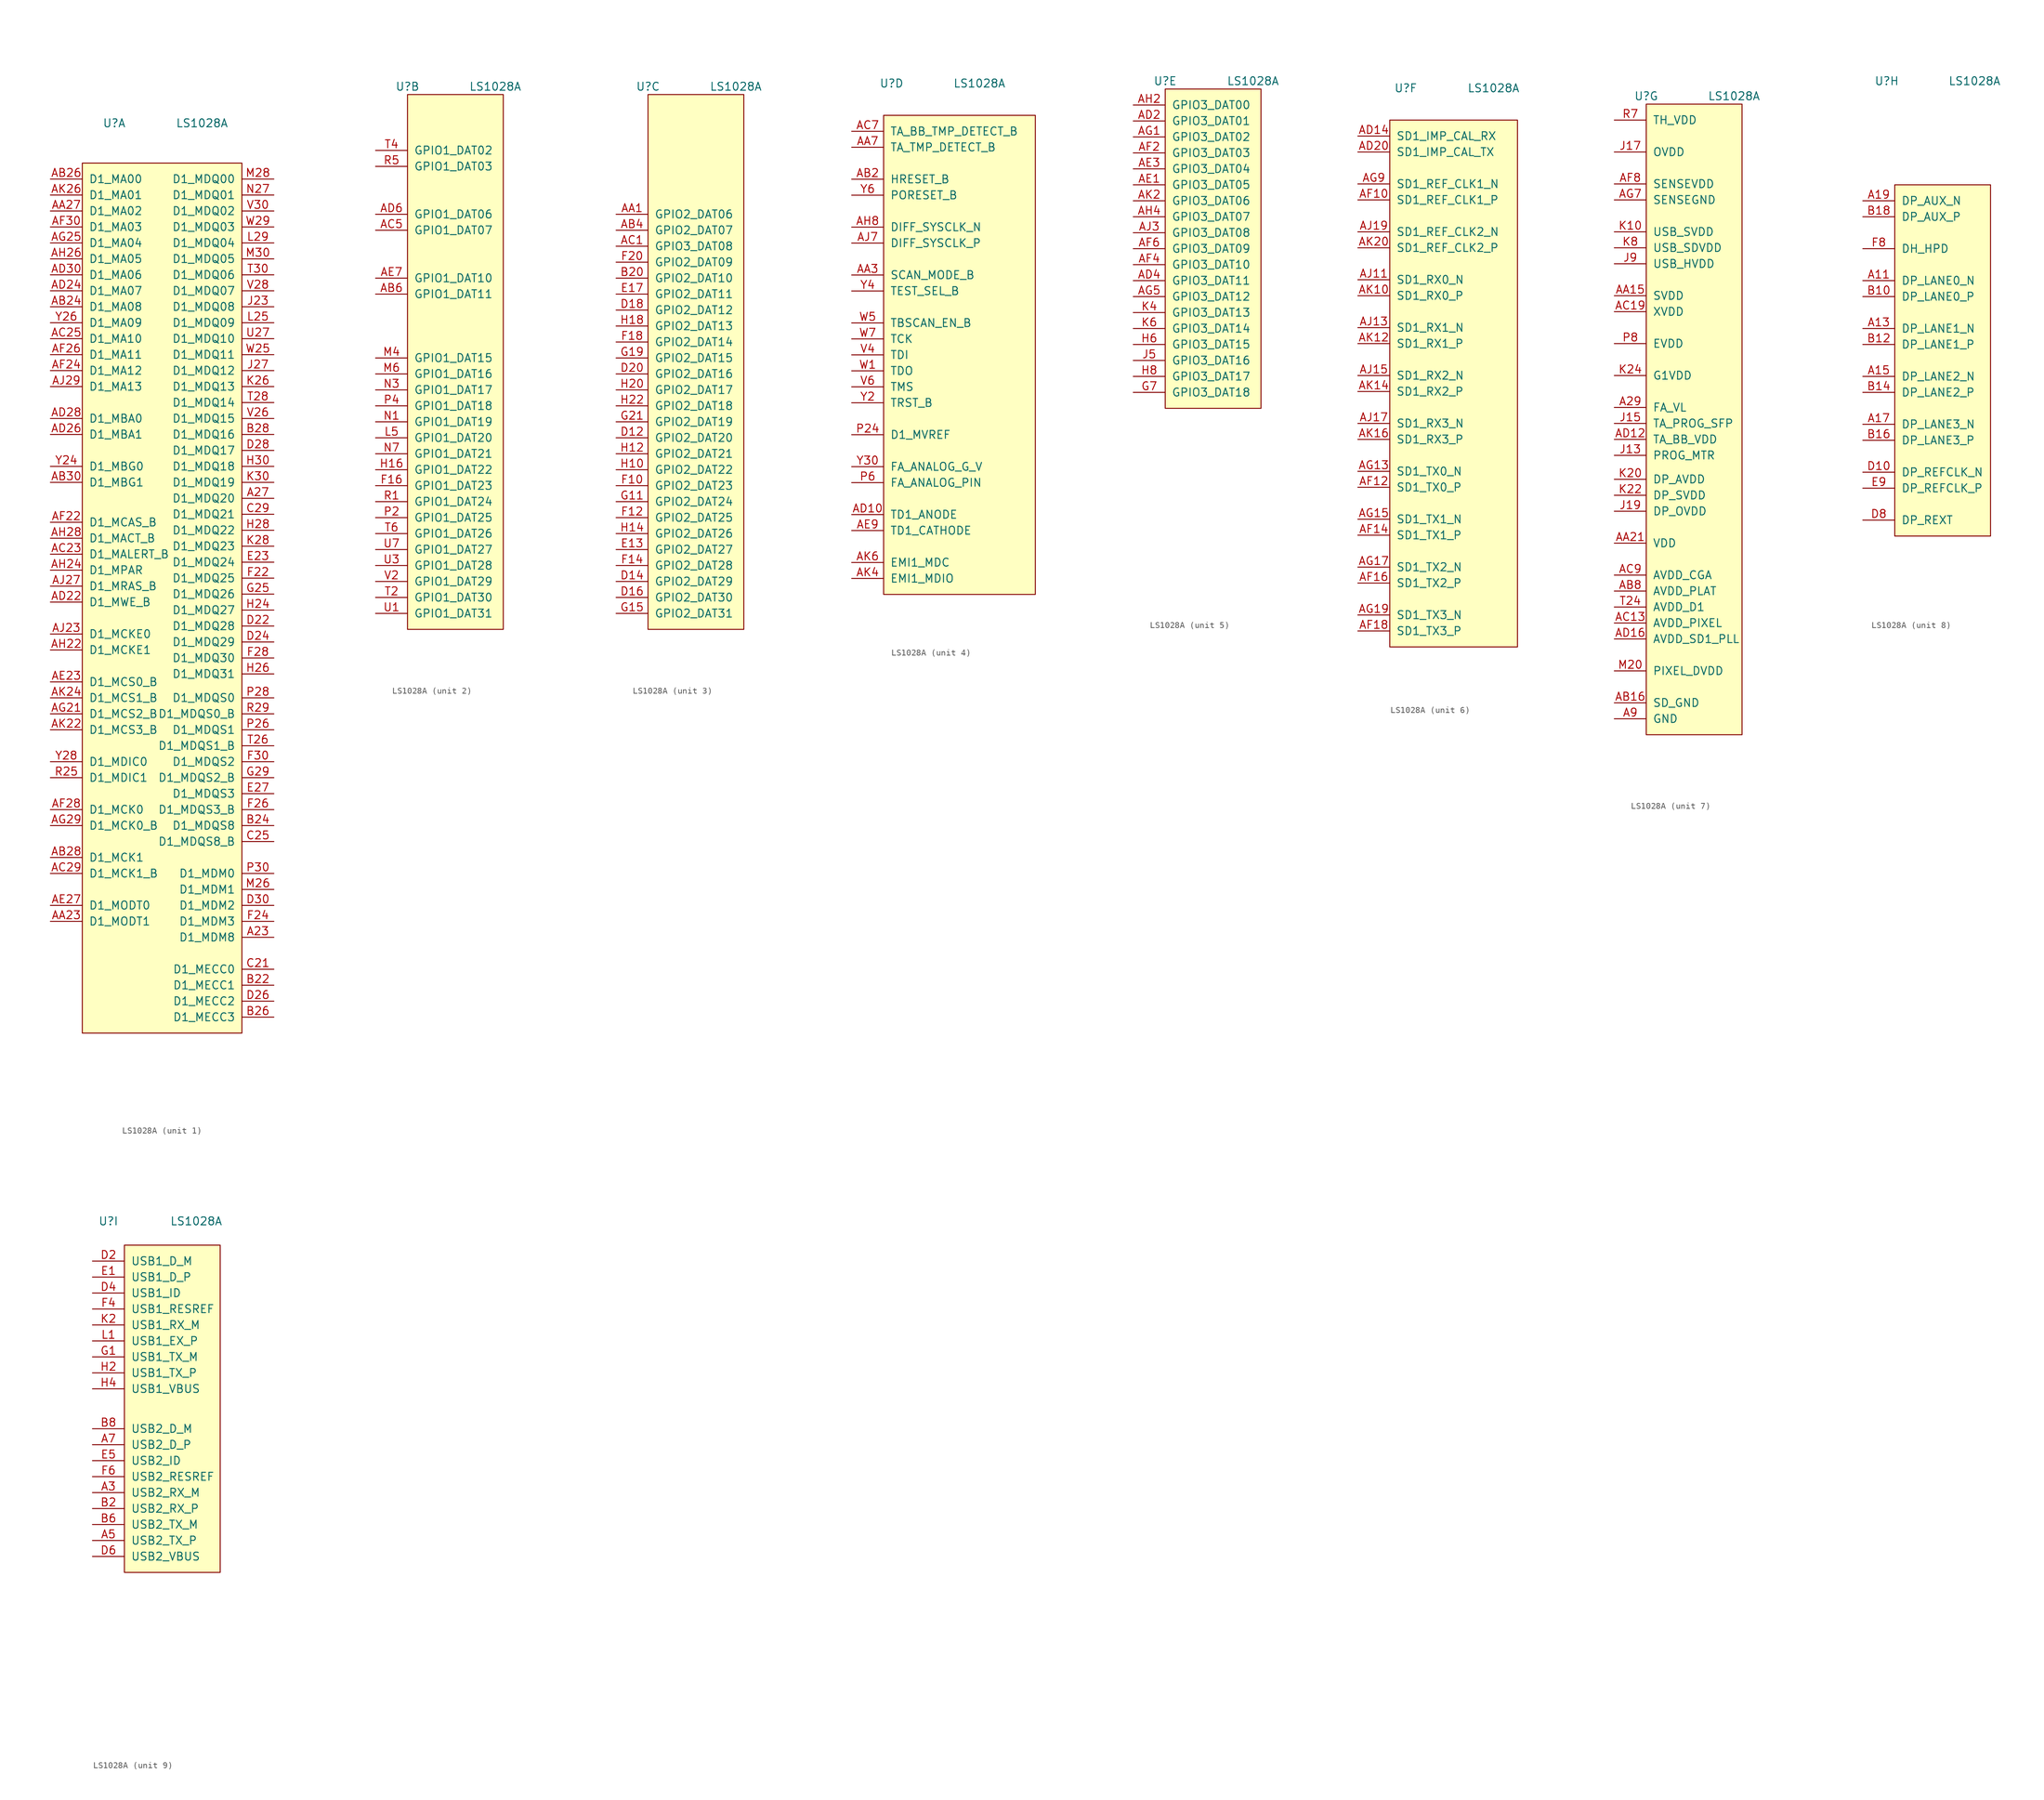
<source format=kicad_sym>
(kicad_symbol_lib
  (version 20220914)
  (generator kicad_symbol_editor)
  (symbol "LS1028A"
    (pin_names
      (offset 1.016))
    (property "Reference" "U"
      (at -7.62 44.45 0)
      (effects (font (size 1.27 1.27))))
    (property "Value" "LS1028A"
      (at 6.35 44.45 0)
      (effects (font (size 1.27 1.27))))
    (property "ki_locked" ""
      (at 0 0 0)
      (effects (font (size 1.27 1.27))))
    (symbol "LS1028A_0_0"
      (text "" (at -17.78 -33.02 0) (effects (font (size 1.27 1.27))))
      (text "" (at -6.35 -24.13 0) (effects (font (size 1.27 1.27)))))
    (symbol "LS1028A_1_0"
      (pin passive line (at -17.78 -12.7 0) (length 5.08) (name "D1_MBG1" (effects (font (size 1.27 1.27)))) (number "AB30" (effects (font (size 1.27 1.27)))))
      (pin passive line (at -17.78 -24.13 0) (length 5.08) (name "D1_MALERT_B" (effects (font (size 1.27 1.27)))) (number "AC23" (effects (font (size 1.27 1.27)))))
      (pin passive line (at -17.78 -21.59 0) (length 5.08) (name "D1_MACT_B" (effects (font (size 1.27 1.27)))) (number "AH28" (effects (font (size 1.27 1.27)))))
      (pin passive line (at -17.78 -10.16 0) (length 5.08) (name "D1_MBG0" (effects (font (size 1.27 1.27)))) (number "Y24" (effects (font (size 1.27 1.27))))))
    (symbol "LS1028A_1_1"
      (rectangle (start -12.7 38.1) (end 12.7 -100.33) (stroke (width 0) (type default)) (fill (type background)))
      (pin passive line (at 17.78 -85.09 180) (length 5.08) (name "D1_MDM8" (effects (font (size 1.27 1.27)))) (number "A23" (effects (font (size 1.27 1.27)))))
      (pin passive line (at 17.78 -15.24 180) (length 5.08) (name "D1_MDQ20" (effects (font (size 1.27 1.27)))) (number "A27" (effects (font (size 1.27 1.27)))))
      (pin passive line (at -17.78 -82.55 0) (length 5.08) (name "D1_MODT1" (effects (font (size 1.27 1.27)))) (number "AA23" (effects (font (size 1.27 1.27)))))
      (pin passive line (at -17.78 30.48 0) (length 5.08) (name "D1_MA02" (effects (font (size 1.27 1.27)))) (number "AA27" (effects (font (size 1.27 1.27)))))
      (pin passive line (at -17.78 15.24 0) (length 5.08) (name "D1_MA08" (effects (font (size 1.27 1.27)))) (number "AB24" (effects (font (size 1.27 1.27)))))
      (pin passive line (at -17.78 35.56 0) (length 5.08) (name "D1_MA00" (effects (font (size 1.27 1.27)))) (number "AB26" (effects (font (size 1.27 1.27)))))
      (pin passive line (at -17.78 -72.39 0) (length 5.08) (name "D1_MCK1" (effects (font (size 1.27 1.27)))) (number "AB28" (effects (font (size 1.27 1.27)))))
      (pin passive line (at -17.78 10.16 0) (length 5.08) (name "D1_MA10" (effects (font (size 1.27 1.27)))) (number "AC25" (effects (font (size 1.27 1.27)))))
      (pin passive line (at -17.78 -74.93 0) (length 5.08) (name "D1_MCK1_B" (effects (font (size 1.27 1.27)))) (number "AC29" (effects (font (size 1.27 1.27)))))
      (pin passive line (at -17.78 -31.75 0) (length 5.08) (name "D1_MWE_B" (effects (font (size 1.27 1.27)))) (number "AD22" (effects (font (size 1.27 1.27)))))
      (pin passive line (at -17.78 17.78 0) (length 5.08) (name "D1_MA07" (effects (font (size 1.27 1.27)))) (number "AD24" (effects (font (size 1.27 1.27)))))
      (pin passive line (at -17.78 -5.08 0) (length 5.08) (name "D1_MBA1" (effects (font (size 1.27 1.27)))) (number "AD26" (effects (font (size 1.27 1.27)))))
      (pin passive line (at -17.78 -2.54 0) (length 5.08) (name "D1_MBA0" (effects (font (size 1.27 1.27)))) (number "AD28" (effects (font (size 1.27 1.27)))))
      (pin passive line (at -17.78 20.32 0) (length 5.08) (name "D1_MA06" (effects (font (size 1.27 1.27)))) (number "AD30" (effects (font (size 1.27 1.27)))))
      (pin passive line (at -17.78 -44.45 0) (length 5.08) (name "D1_MCS0_B" (effects (font (size 1.27 1.27)))) (number "AE23" (effects (font (size 1.27 1.27)))))
      (pin passive line (at -17.78 -80.01 0) (length 5.08) (name "D1_MODT0" (effects (font (size 1.27 1.27)))) (number "AE27" (effects (font (size 1.27 1.27)))))
      (pin passive line (at -17.78 -19.05 0) (length 5.08) (name "D1_MCAS_B" (effects (font (size 1.27 1.27)))) (number "AF22" (effects (font (size 1.27 1.27)))))
      (pin passive line (at -17.78 5.08 0) (length 5.08) (name "D1_MA12" (effects (font (size 1.27 1.27)))) (number "AF24" (effects (font (size 1.27 1.27)))))
      (pin passive line (at -17.78 7.62 0) (length 5.08) (name "D1_MA11" (effects (font (size 1.27 1.27)))) (number "AF26" (effects (font (size 1.27 1.27)))))
      (pin passive line (at -17.78 -64.77 0) (length 5.08) (name "D1_MCK0" (effects (font (size 1.27 1.27)))) (number "AF28" (effects (font (size 1.27 1.27)))))
      (pin passive line (at -17.78 27.94 0) (length 5.08) (name "D1_MA03" (effects (font (size 1.27 1.27)))) (number "AF30" (effects (font (size 1.27 1.27)))))
      (pin passive line (at -17.78 -49.53 0) (length 5.08) (name "D1_MCS2_B" (effects (font (size 1.27 1.27)))) (number "AG21" (effects (font (size 1.27 1.27)))))
      (pin passive line (at -17.78 25.4 0) (length 5.08) (name "D1_MA04" (effects (font (size 1.27 1.27)))) (number "AG25" (effects (font (size 1.27 1.27)))))
      (pin passive line (at -17.78 -67.31 0) (length 5.08) (name "D1_MCK0_B" (effects (font (size 1.27 1.27)))) (number "AG29" (effects (font (size 1.27 1.27)))))
      (pin passive line (at -17.78 -39.37 0) (length 5.08) (name "D1_MCKE1" (effects (font (size 1.27 1.27)))) (number "AH22" (effects (font (size 1.27 1.27)))))
      (pin passive line (at -17.78 -26.67 0) (length 5.08) (name "D1_MPAR" (effects (font (size 1.27 1.27)))) (number "AH24" (effects (font (size 1.27 1.27)))))
      (pin passive line (at -17.78 22.86 0) (length 5.08) (name "D1_MA05" (effects (font (size 1.27 1.27)))) (number "AH26" (effects (font (size 1.27 1.27)))))
      (pin passive line (at -17.78 -36.83 0) (length 5.08) (name "D1_MCKE0" (effects (font (size 1.27 1.27)))) (number "AJ23" (effects (font (size 1.27 1.27)))))
      (pin passive line (at -17.78 -29.21 0) (length 5.08) (name "D1_MRAS_B" (effects (font (size 1.27 1.27)))) (number "AJ27" (effects (font (size 1.27 1.27)))))
      (pin passive line (at -17.78 2.54 0) (length 5.08) (name "D1_MA13" (effects (font (size 1.27 1.27)))) (number "AJ29" (effects (font (size 1.27 1.27)))))
      (pin passive line (at -17.78 -52.07 0) (length 5.08) (name "D1_MCS3_B" (effects (font (size 1.27 1.27)))) (number "AK22" (effects (font (size 1.27 1.27)))))
      (pin passive line (at -17.78 -46.99 0) (length 5.08) (name "D1_MCS1_B" (effects (font (size 1.27 1.27)))) (number "AK24" (effects (font (size 1.27 1.27)))))
      (pin passive line (at -17.78 33.02 0) (length 5.08) (name "D1_MA01" (effects (font (size 1.27 1.27)))) (number "AK26" (effects (font (size 1.27 1.27)))))
      (pin passive line (at 17.78 -92.71 180) (length 5.08) (name "D1_MECC1" (effects (font (size 1.27 1.27)))) (number "B22" (effects (font (size 1.27 1.27)))))
      (pin passive line (at 17.78 -67.31 180) (length 5.08) (name "D1_MDQS8" (effects (font (size 1.27 1.27)))) (number "B24" (effects (font (size 1.27 1.27)))))
      (pin passive line (at 17.78 -97.79 180) (length 5.08) (name "D1_MECC3" (effects (font (size 1.27 1.27)))) (number "B26" (effects (font (size 1.27 1.27)))))
      (pin passive line (at 17.78 -5.08 180) (length 5.08) (name "D1_MDQ16" (effects (font (size 1.27 1.27)))) (number "B28" (effects (font (size 1.27 1.27)))))
      (pin passive line (at 17.78 -90.17 180) (length 5.08) (name "D1_MECC0" (effects (font (size 1.27 1.27)))) (number "C21" (effects (font (size 1.27 1.27)))))
      (pin passive line (at 17.78 -69.85 180) (length 5.08) (name "D1_MDQS8_B" (effects (font (size 1.27 1.27)))) (number "C25" (effects (font (size 1.27 1.27)))))
      (pin passive line (at 17.78 -17.78 180) (length 5.08) (name "D1_MDQ21" (effects (font (size 1.27 1.27)))) (number "C29" (effects (font (size 1.27 1.27)))))
      (pin passive line (at 17.78 -35.56 180) (length 5.08) (name "D1_MDQ28" (effects (font (size 1.27 1.27)))) (number "D22" (effects (font (size 1.27 1.27)))))
      (pin passive line (at 17.78 -38.1 180) (length 5.08) (name "D1_MDQ29" (effects (font (size 1.27 1.27)))) (number "D24" (effects (font (size 1.27 1.27)))))
      (pin passive line (at 17.78 -95.25 180) (length 5.08) (name "D1_MECC2" (effects (font (size 1.27 1.27)))) (number "D26" (effects (font (size 1.27 1.27)))))
      (pin passive line (at 17.78 -7.62 180) (length 5.08) (name "D1_MDQ17" (effects (font (size 1.27 1.27)))) (number "D28" (effects (font (size 1.27 1.27)))))
      (pin passive line (at 17.78 -80.01 180) (length 5.08) (name "D1_MDM2" (effects (font (size 1.27 1.27)))) (number "D30" (effects (font (size 1.27 1.27)))))
      (pin passive line (at 17.78 -25.4 180) (length 5.08) (name "D1_MDQ24" (effects (font (size 1.27 1.27)))) (number "E23" (effects (font (size 1.27 1.27)))))
      (pin passive line (at 17.78 -62.23 180) (length 5.08) (name "D1_MDQS3" (effects (font (size 1.27 1.27)))) (number "E27" (effects (font (size 1.27 1.27)))))
      (pin passive line (at 17.78 -27.94 180) (length 5.08) (name "D1_MDQ25" (effects (font (size 1.27 1.27)))) (number "F22" (effects (font (size 1.27 1.27)))))
      (pin passive line (at 17.78 -82.55 180) (length 5.08) (name "D1_MDM3" (effects (font (size 1.27 1.27)))) (number "F24" (effects (font (size 1.27 1.27)))))
      (pin passive line (at 17.78 -64.77 180) (length 5.08) (name "D1_MDQS3_B" (effects (font (size 1.27 1.27)))) (number "F26" (effects (font (size 1.27 1.27)))))
      (pin passive line (at 17.78 -40.64 180) (length 5.08) (name "D1_MDQ30" (effects (font (size 1.27 1.27)))) (number "F28" (effects (font (size 1.27 1.27)))))
      (pin passive line (at 17.78 -57.15 180) (length 5.08) (name "D1_MDQS2" (effects (font (size 1.27 1.27)))) (number "F30" (effects (font (size 1.27 1.27)))))
      (pin passive line (at 17.78 -30.48 180) (length 5.08) (name "D1_MDQ26" (effects (font (size 1.27 1.27)))) (number "G25" (effects (font (size 1.27 1.27)))))
      (pin passive line (at 17.78 -59.69 180) (length 5.08) (name "D1_MDQS2_B" (effects (font (size 1.27 1.27)))) (number "G29" (effects (font (size 1.27 1.27)))))
      (pin passive line (at 17.78 -33.02 180) (length 5.08) (name "D1_MDQ27" (effects (font (size 1.27 1.27)))) (number "H24" (effects (font (size 1.27 1.27)))))
      (pin passive line (at 17.78 -43.18 180) (length 5.08) (name "D1_MDQ31" (effects (font (size 1.27 1.27)))) (number "H26" (effects (font (size 1.27 1.27)))))
      (pin passive line (at 17.78 -20.32 180) (length 5.08) (name "D1_MDQ22" (effects (font (size 1.27 1.27)))) (number "H28" (effects (font (size 1.27 1.27)))))
      (pin passive line (at 17.78 -10.16 180) (length 5.08) (name "D1_MDQ18" (effects (font (size 1.27 1.27)))) (number "H30" (effects (font (size 1.27 1.27)))))
      (pin passive line (at 17.78 15.24 180) (length 5.08) (name "D1_MDQ08" (effects (font (size 1.27 1.27)))) (number "J23" (effects (font (size 1.27 1.27)))))
      (pin passive line (at 17.78 5.08 180) (length 5.08) (name "D1_MDQ12" (effects (font (size 1.27 1.27)))) (number "J27" (effects (font (size 1.27 1.27)))))
      (pin passive line (at 17.78 2.54 180) (length 5.08) (name "D1_MDQ13" (effects (font (size 1.27 1.27)))) (number "K26" (effects (font (size 1.27 1.27)))))
      (pin passive line (at 17.78 -22.86 180) (length 5.08) (name "D1_MDQ23" (effects (font (size 1.27 1.27)))) (number "K28" (effects (font (size 1.27 1.27)))))
      (pin passive line (at 17.78 -12.7 180) (length 5.08) (name "D1_MDQ19" (effects (font (size 1.27 1.27)))) (number "K30" (effects (font (size 1.27 1.27)))))
      (pin passive line (at 17.78 12.7 180) (length 5.08) (name "D1_MDQ09" (effects (font (size 1.27 1.27)))) (number "L25" (effects (font (size 1.27 1.27)))))
      (pin passive line (at 17.78 25.4 180) (length 5.08) (name "D1_MDQ04" (effects (font (size 1.27 1.27)))) (number "L29" (effects (font (size 1.27 1.27)))))
      (pin passive line (at 17.78 -77.47 180) (length 5.08) (name "D1_MDM1" (effects (font (size 1.27 1.27)))) (number "M26" (effects (font (size 1.27 1.27)))))
      (pin passive line (at 17.78 35.56 180) (length 5.08) (name "D1_MDQ00" (effects (font (size 1.27 1.27)))) (number "M28" (effects (font (size 1.27 1.27)))))
      (pin passive line (at 17.78 22.86 180) (length 5.08) (name "D1_MDQ05" (effects (font (size 1.27 1.27)))) (number "M30" (effects (font (size 1.27 1.27)))))
      (pin passive line (at 17.78 33.02 180) (length 5.08) (name "D1_MDQ01" (effects (font (size 1.27 1.27)))) (number "N27" (effects (font (size 1.27 1.27)))))
      (pin passive line (at 17.78 -52.07 180) (length 5.08) (name "D1_MDQS1" (effects (font (size 1.27 1.27)))) (number "P26" (effects (font (size 1.27 1.27)))))
      (pin passive line (at 17.78 -46.99 180) (length 5.08) (name "D1_MDQS0" (effects (font (size 1.27 1.27)))) (number "P28" (effects (font (size 1.27 1.27)))))
      (pin passive line (at 17.78 -74.93 180) (length 5.08) (name "D1_MDM0" (effects (font (size 1.27 1.27)))) (number "P30" (effects (font (size 1.27 1.27)))))
      (pin passive line (at -17.78 -59.69 0) (length 5.08) (name "D1_MDIC1" (effects (font (size 1.27 1.27)))) (number "R25" (effects (font (size 1.27 1.27)))))
      (pin passive line (at 17.78 -49.53 180) (length 5.08) (name "D1_MDQS0_B" (effects (font (size 1.27 1.27)))) (number "R29" (effects (font (size 1.27 1.27)))))
      (pin passive line (at 17.78 -54.61 180) (length 5.08) (name "D1_MDQS1_B" (effects (font (size 1.27 1.27)))) (number "T26" (effects (font (size 1.27 1.27)))))
      (pin passive line (at 17.78 0 180) (length 5.08) (name "D1_MDQ14" (effects (font (size 1.27 1.27)))) (number "T28" (effects (font (size 1.27 1.27)))))
      (pin passive line (at 17.78 20.32 180) (length 5.08) (name "D1_MDQ06" (effects (font (size 1.27 1.27)))) (number "T30" (effects (font (size 1.27 1.27)))))
      (pin passive line (at 17.78 10.16 180) (length 5.08) (name "D1_MDQ10" (effects (font (size 1.27 1.27)))) (number "U27" (effects (font (size 1.27 1.27)))))
      (pin passive line (at 17.78 -2.54 180) (length 5.08) (name "D1_MDQ15" (effects (font (size 1.27 1.27)))) (number "V26" (effects (font (size 1.27 1.27)))))
      (pin passive line (at 17.78 17.78 180) (length 5.08) (name "D1_MDQ07" (effects (font (size 1.27 1.27)))) (number "V28" (effects (font (size 1.27 1.27)))))
      (pin passive line (at 17.78 30.48 180) (length 5.08) (name "D1_MDQ02" (effects (font (size 1.27 1.27)))) (number "V30" (effects (font (size 1.27 1.27)))))
      (pin passive line (at 17.78 7.62 180) (length 5.08) (name "D1_MDQ11" (effects (font (size 1.27 1.27)))) (number "W25" (effects (font (size 1.27 1.27)))))
      (pin passive line (at 17.78 27.94 180) (length 5.08) (name "D1_MDQ03" (effects (font (size 1.27 1.27)))) (number "W29" (effects (font (size 1.27 1.27)))))
      (pin passive line (at -17.78 12.7 0) (length 5.08) (name "D1_MA09" (effects (font (size 1.27 1.27)))) (number "Y26" (effects (font (size 1.27 1.27)))))
      (pin passive line (at -17.78 -57.15 0) (length 5.08) (name "D1_MDIC0" (effects (font (size 1.27 1.27)))) (number "Y28" (effects (font (size 1.27 1.27))))))
    (symbol "LS1028A_2_1"
      (rectangle (start -7.62 43.18) (end 7.62 -41.91) (stroke (width 0.152) (type default)) (fill (type background)))
      (pin passive line (at -12.7 11.43 0) (length 5.08) (name "GPIO1_DAT11" (effects (font (size 1.27 1.27)))) (number "AB6" (effects (font (size 1.27 1.27)))))
      (pin passive line (at -12.7 21.59 0) (length 5.08) (name "GPIO1_DAT07" (effects (font (size 1.27 1.27)))) (number "AC5" (effects (font (size 1.27 1.27)))))
      (pin passive line (at -12.7 24.13 0) (length 5.08) (name "GPIO1_DAT06" (effects (font (size 1.27 1.27)))) (number "AD6" (effects (font (size 1.27 1.27)))))
      (pin passive line (at -12.7 13.97 0) (length 5.08) (name "GPIO1_DAT10" (effects (font (size 1.27 1.27)))) (number "AE7" (effects (font (size 1.27 1.27)))))
      (pin passive line (at -12.7 -19.05 0) (length 5.08) (name "GPIO1_DAT23" (effects (font (size 1.27 1.27)))) (number "F16" (effects (font (size 1.27 1.27)))))
      (pin passive line (at -12.7 -16.51 0) (length 5.08) (name "GPIO1_DAT22" (effects (font (size 1.27 1.27)))) (number "H16" (effects (font (size 1.27 1.27)))))
      (pin passive line (at -12.7 -11.43 0) (length 5.08) (name "GPIO1_DAT20" (effects (font (size 1.27 1.27)))) (number "L5" (effects (font (size 1.27 1.27)))))
      (pin passive line (at -12.7 1.27 0) (length 5.08) (name "GPIO1_DAT15" (effects (font (size 1.27 1.27)))) (number "M4" (effects (font (size 1.27 1.27)))))
      (pin passive line (at -12.7 -1.27 0) (length 5.08) (name "GPIO1_DAT16" (effects (font (size 1.27 1.27)))) (number "M6" (effects (font (size 1.27 1.27)))))
      (pin passive line (at -12.7 -8.89 0) (length 5.08) (name "GPIO1_DAT19" (effects (font (size 1.27 1.27)))) (number "N1" (effects (font (size 1.27 1.27)))))
      (pin passive line (at -12.7 -3.81 0) (length 5.08) (name "GPIO1_DAT17" (effects (font (size 1.27 1.27)))) (number "N3" (effects (font (size 1.27 1.27)))))
      (pin passive line (at -12.7 -13.97 0) (length 5.08) (name "GPIO1_DAT21" (effects (font (size 1.27 1.27)))) (number "N7" (effects (font (size 1.27 1.27)))))
      (pin passive line (at -12.7 -24.13 0) (length 5.08) (name "GPIO1_DAT25" (effects (font (size 1.27 1.27)))) (number "P2" (effects (font (size 1.27 1.27)))))
      (pin passive line (at -12.7 -6.35 0) (length 5.08) (name "GPIO1_DAT18" (effects (font (size 1.27 1.27)))) (number "P4" (effects (font (size 1.27 1.27)))))
      (pin passive line (at -12.7 -21.59 0) (length 5.08) (name "GPIO1_DAT24" (effects (font (size 1.27 1.27)))) (number "R1" (effects (font (size 1.27 1.27)))))
      (pin passive line (at -12.7 31.75 0) (length 5.08) (name "GPIO1_DAT03" (effects (font (size 1.27 1.27)))) (number "R5" (effects (font (size 1.27 1.27)))))
      (pin passive line (at -12.7 -36.83 0) (length 5.08) (name "GPIO1_DAT30" (effects (font (size 1.27 1.27)))) (number "T2" (effects (font (size 1.27 1.27)))))
      (pin passive line (at -12.7 34.29 0) (length 5.08) (name "GPIO1_DAT02" (effects (font (size 1.27 1.27)))) (number "T4" (effects (font (size 1.27 1.27)))))
      (pin passive line (at -12.7 -26.67 0) (length 5.08) (name "GPIO1_DAT26" (effects (font (size 1.27 1.27)))) (number "T6" (effects (font (size 1.27 1.27)))))
      (pin passive line (at -12.7 -39.37 0) (length 5.08) (name "GPIO1_DAT31" (effects (font (size 1.27 1.27)))) (number "U1" (effects (font (size 1.27 1.27)))))
      (pin passive line (at -12.7 -31.75 0) (length 5.08) (name "GPIO1_DAT28" (effects (font (size 1.27 1.27)))) (number "U3" (effects (font (size 1.27 1.27)))))
      (pin passive line (at -12.7 -29.21 0) (length 5.08) (name "GPIO1_DAT27" (effects (font (size 1.27 1.27)))) (number "U7" (effects (font (size 1.27 1.27)))))
      (pin passive line (at -12.7 -34.29 0) (length 5.08) (name "GPIO1_DAT29" (effects (font (size 1.27 1.27)))) (number "V2" (effects (font (size 1.27 1.27))))))
    (symbol "LS1028A_3_1"
      (rectangle (start -7.62 43.18) (end 7.62 -41.91) (stroke (width 0.152) (type default)) (fill (type background)))
      (pin passive line (at -12.7 24.13 0) (length 5.08) (name "GPIO2_DAT06" (effects (font (size 1.27 1.27)))) (number "AA1" (effects (font (size 1.27 1.27)))))
      (pin passive line (at -12.7 21.59 0) (length 5.08) (name "GPIO2_DAT07" (effects (font (size 1.27 1.27)))) (number "AB4" (effects (font (size 1.27 1.27)))))
      (pin passive line (at -12.7 19.05 0) (length 5.08) (name "GPIO3_DAT08" (effects (font (size 1.27 1.27)))) (number "AC1" (effects (font (size 1.27 1.27)))))
      (pin passive line (at -12.7 13.97 0) (length 5.08) (name "GPIO2_DAT10" (effects (font (size 1.27 1.27)))) (number "B20" (effects (font (size 1.27 1.27)))))
      (pin passive line (at -12.7 -11.43 0) (length 5.08) (name "GPIO2_DAT20" (effects (font (size 1.27 1.27)))) (number "D12" (effects (font (size 1.27 1.27)))))
      (pin passive line (at -12.7 -34.29 0) (length 5.08) (name "GPIO2_DAT29" (effects (font (size 1.27 1.27)))) (number "D14" (effects (font (size 1.27 1.27)))))
      (pin passive line (at -12.7 -36.83 0) (length 5.08) (name "GPIO2_DAT30" (effects (font (size 1.27 1.27)))) (number "D16" (effects (font (size 1.27 1.27)))))
      (pin passive line (at -12.7 8.89 0) (length 5.08) (name "GPIO2_DAT12" (effects (font (size 1.27 1.27)))) (number "D18" (effects (font (size 1.27 1.27)))))
      (pin passive line (at -12.7 -1.27 0) (length 5.08) (name "GPIO2_DAT16" (effects (font (size 1.27 1.27)))) (number "D20" (effects (font (size 1.27 1.27)))))
      (pin passive line (at -12.7 -29.21 0) (length 5.08) (name "GPIO2_DAT27" (effects (font (size 1.27 1.27)))) (number "E13" (effects (font (size 1.27 1.27)))))
      (pin passive line (at -12.7 11.43 0) (length 5.08) (name "GPIO2_DAT11" (effects (font (size 1.27 1.27)))) (number "E17" (effects (font (size 1.27 1.27)))))
      (pin passive line (at -12.7 -19.05 0) (length 5.08) (name "GPIO2_DAT23" (effects (font (size 1.27 1.27)))) (number "F10" (effects (font (size 1.27 1.27)))))
      (pin passive line (at -12.7 -24.13 0) (length 5.08) (name "GPIO2_DAT25" (effects (font (size 1.27 1.27)))) (number "F12" (effects (font (size 1.27 1.27)))))
      (pin passive line (at -12.7 -31.75 0) (length 5.08) (name "GPIO2_DAT28" (effects (font (size 1.27 1.27)))) (number "F14" (effects (font (size 1.27 1.27)))))
      (pin passive line (at -12.7 3.81 0) (length 5.08) (name "GPIO2_DAT14" (effects (font (size 1.27 1.27)))) (number "F18" (effects (font (size 1.27 1.27)))))
      (pin passive line (at -12.7 16.51 0) (length 5.08) (name "GPIO2_DAT09" (effects (font (size 1.27 1.27)))) (number "F20" (effects (font (size 1.27 1.27)))))
      (pin passive line (at -12.7 -21.59 0) (length 5.08) (name "GPIO2_DAT24" (effects (font (size 1.27 1.27)))) (number "G11" (effects (font (size 1.27 1.27)))))
      (pin passive line (at -12.7 -39.37 0) (length 5.08) (name "GPIO2_DAT31" (effects (font (size 1.27 1.27)))) (number "G15" (effects (font (size 1.27 1.27)))))
      (pin passive line (at -12.7 1.27 0) (length 5.08) (name "GPIO2_DAT15" (effects (font (size 1.27 1.27)))) (number "G19" (effects (font (size 1.27 1.27)))))
      (pin passive line (at -12.7 -8.89 0) (length 5.08) (name "GPIO2_DAT19" (effects (font (size 1.27 1.27)))) (number "G21" (effects (font (size 1.27 1.27)))))
      (pin passive line (at -12.7 -16.51 0) (length 5.08) (name "GPIO2_DAT22" (effects (font (size 1.27 1.27)))) (number "H10" (effects (font (size 1.27 1.27)))))
      (pin passive line (at -12.7 -13.97 0) (length 5.08) (name "GPIO2_DAT21" (effects (font (size 1.27 1.27)))) (number "H12" (effects (font (size 1.27 1.27)))))
      (pin passive line (at -12.7 -26.67 0) (length 5.08) (name "GPIO2_DAT26" (effects (font (size 1.27 1.27)))) (number "H14" (effects (font (size 1.27 1.27)))))
      (pin passive line (at -12.7 6.35 0) (length 5.08) (name "GPIO2_DAT13" (effects (font (size 1.27 1.27)))) (number "H18" (effects (font (size 1.27 1.27)))))
      (pin passive line (at -12.7 -3.81 0) (length 5.08) (name "GPIO2_DAT17" (effects (font (size 1.27 1.27)))) (number "H20" (effects (font (size 1.27 1.27)))))
      (pin passive line (at -12.7 -6.35 0) (length 5.08) (name "GPIO2_DAT18" (effects (font (size 1.27 1.27)))) (number "H22" (effects (font (size 1.27 1.27))))))
    (symbol "LS1028A_4_1"
      (rectangle (start -8.89 39.37) (end 15.24 -36.83) (stroke (width 0.152) (type default)) (fill (type background)))
      (pin passive line (at -13.97 13.97 0) (length 5.08) (name "SCAN_MODE_B" (effects (font (size 1.27 1.27)))) (number "AA3" (effects (font (size 1.27 1.27)))))
      (pin passive line (at -13.97 34.29 0) (length 5.08) (name "TA_TMP_DETECT_B" (effects (font (size 1.27 1.27)))) (number "AA7" (effects (font (size 1.27 1.27)))))
      (pin passive line (at -13.97 29.21 0) (length 5.08) (name "HRESET_B" (effects (font (size 1.27 1.27)))) (number "AB2" (effects (font (size 1.27 1.27)))))
      (pin passive line (at -13.97 36.83 0) (length 5.08) (name "TA_BB_TMP_DETECT_B" (effects (font (size 1.27 1.27)))) (number "AC7" (effects (font (size 1.27 1.27)))))
      (pin passive line (at -13.97 -24.13 0) (length 5.08) (name "TD1_ANODE" (effects (font (size 1.27 1.27)))) (number "AD10" (effects (font (size 1.27 1.27)))))
      (pin passive line (at -13.97 -26.67 0) (length 5.08) (name "TD1_CATHODE" (effects (font (size 1.27 1.27)))) (number "AE9" (effects (font (size 1.27 1.27)))))
      (pin passive line (at -13.97 21.59 0) (length 5.08) (name "DIFF_SYSCLK_N" (effects (font (size 1.27 1.27)))) (number "AH8" (effects (font (size 1.27 1.27)))))
      (pin passive line (at -13.97 19.05 0) (length 5.08) (name "DIFF_SYSCLK_P" (effects (font (size 1.27 1.27)))) (number "AJ7" (effects (font (size 1.27 1.27)))))
      (pin passive line (at -13.97 -34.29 0) (length 5.08) (name "EMI1_MDIO" (effects (font (size 1.27 1.27)))) (number "AK4" (effects (font (size 1.27 1.27)))))
      (pin passive line (at -13.97 -31.75 0) (length 5.08) (name "EMI1_MDC" (effects (font (size 1.27 1.27)))) (number "AK6" (effects (font (size 1.27 1.27)))))
      (pin passive line (at -13.97 -11.43 0) (length 5.08) (name "D1_MVREF" (effects (font (size 1.27 1.27)))) (number "P24" (effects (font (size 1.27 1.27)))))
      (pin passive line (at -13.97 -19.05 0) (length 5.08) (name "FA_ANALOG_PIN" (effects (font (size 1.27 1.27)))) (number "P6" (effects (font (size 1.27 1.27)))))
      (pin passive line (at -13.97 1.27 0) (length 5.08) (name "TDI" (effects (font (size 1.27 1.27)))) (number "V4" (effects (font (size 1.27 1.27)))))
      (pin passive line (at -13.97 -3.81 0) (length 5.08) (name "TMS" (effects (font (size 1.27 1.27)))) (number "V6" (effects (font (size 1.27 1.27)))))
      (pin passive line (at -13.97 -1.27 0) (length 5.08) (name "TDO" (effects (font (size 1.27 1.27)))) (number "W1" (effects (font (size 1.27 1.27)))))
      (pin passive line (at -13.97 6.35 0) (length 5.08) (name "TBSCAN_EN_B" (effects (font (size 1.27 1.27)))) (number "W5" (effects (font (size 1.27 1.27)))))
      (pin passive line (at -13.97 3.81 0) (length 5.08) (name "TCK" (effects (font (size 1.27 1.27)))) (number "W7" (effects (font (size 1.27 1.27)))))
      (pin passive line (at -13.97 -6.35 0) (length 5.08) (name "TRST_B" (effects (font (size 1.27 1.27)))) (number "Y2" (effects (font (size 1.27 1.27)))))
      (pin passive line (at -13.97 -16.51 0) (length 5.08) (name "FA_ANALOG_G_V" (effects (font (size 1.27 1.27)))) (number "Y30" (effects (font (size 1.27 1.27)))))
      (pin passive line (at -13.97 11.43 0) (length 5.08) (name "TEST_SEL_B" (effects (font (size 1.27 1.27)))) (number "Y4" (effects (font (size 1.27 1.27)))))
      (pin passive line (at -13.97 26.67 0) (length 5.08) (name "PORESET_B" (effects (font (size 1.27 1.27)))) (number "Y6" (effects (font (size 1.27 1.27))))))
    (symbol "LS1028A_5_1"
      (rectangle (start -7.62 43.18) (end 7.62 -7.62) (stroke (width 0.152) (type default)) (fill (type background)))
      (pin passive line (at -12.7 38.1 0) (length 5.08) (name "GPIO3_DAT01" (effects (font (size 1.27 1.27)))) (number "AD2" (effects (font (size 1.27 1.27)))))
      (pin passive line (at -12.7 12.7 0) (length 5.08) (name "GPIO3_DAT11" (effects (font (size 1.27 1.27)))) (number "AD4" (effects (font (size 1.27 1.27)))))
      (pin passive line (at -12.7 27.94 0) (length 5.08) (name "GPIO3_DAT05" (effects (font (size 1.27 1.27)))) (number "AE1" (effects (font (size 1.27 1.27)))))
      (pin passive line (at -12.7 30.48 0) (length 5.08) (name "GPIO3_DAT04" (effects (font (size 1.27 1.27)))) (number "AE3" (effects (font (size 1.27 1.27)))))
      (pin passive line (at -12.7 33.02 0) (length 5.08) (name "GPIO3_DAT03" (effects (font (size 1.27 1.27)))) (number "AF2" (effects (font (size 1.27 1.27)))))
      (pin passive line (at -12.7 15.24 0) (length 5.08) (name "GPIO3_DAT10" (effects (font (size 1.27 1.27)))) (number "AF4" (effects (font (size 1.27 1.27)))))
      (pin passive line (at -12.7 17.78 0) (length 5.08) (name "GPIO3_DAT09" (effects (font (size 1.27 1.27)))) (number "AF6" (effects (font (size 1.27 1.27)))))
      (pin passive line (at -12.7 35.56 0) (length 5.08) (name "GPIO3_DAT02" (effects (font (size 1.27 1.27)))) (number "AG1" (effects (font (size 1.27 1.27)))))
      (pin passive line (at -12.7 10.16 0) (length 5.08) (name "GPIO3_DAT12" (effects (font (size 1.27 1.27)))) (number "AG5" (effects (font (size 1.27 1.27)))))
      (pin passive line (at -12.7 40.64 0) (length 5.08) (name "GPIO3_DAT00" (effects (font (size 1.27 1.27)))) (number "AH2" (effects (font (size 1.27 1.27)))))
      (pin passive line (at -12.7 22.86 0) (length 5.08) (name "GPIO3_DAT07" (effects (font (size 1.27 1.27)))) (number "AH4" (effects (font (size 1.27 1.27)))))
      (pin passive line (at -12.7 20.32 0) (length 5.08) (name "GPIO3_DAT08" (effects (font (size 1.27 1.27)))) (number "AJ3" (effects (font (size 1.27 1.27)))))
      (pin passive line (at -12.7 25.4 0) (length 5.08) (name "GPIO3_DAT06" (effects (font (size 1.27 1.27)))) (number "AK2" (effects (font (size 1.27 1.27)))))
      (pin passive line (at -12.7 -5.08 0) (length 5.08) (name "GPIO3_DAT18" (effects (font (size 1.27 1.27)))) (number "G7" (effects (font (size 1.27 1.27)))))
      (pin passive line (at -12.7 2.54 0) (length 5.08) (name "GPIO3_DAT15" (effects (font (size 1.27 1.27)))) (number "H6" (effects (font (size 1.27 1.27)))))
      (pin passive line (at -12.7 -2.54 0) (length 5.08) (name "GPIO3_DAT17" (effects (font (size 1.27 1.27)))) (number "H8" (effects (font (size 1.27 1.27)))))
      (pin passive line (at -12.7 0 0) (length 5.08) (name "GPIO3_DAT16" (effects (font (size 1.27 1.27)))) (number "J5" (effects (font (size 1.27 1.27)))))
      (pin passive line (at -12.7 7.62 0) (length 5.08) (name "GPIO3_DAT13" (effects (font (size 1.27 1.27)))) (number "K4" (effects (font (size 1.27 1.27)))))
      (pin passive line (at -12.7 5.08 0) (length 5.08) (name "GPIO3_DAT14" (effects (font (size 1.27 1.27)))) (number "K6" (effects (font (size 1.27 1.27))))))
    (symbol "LS1028A_6_1"
      (rectangle (start -10.16 39.37) (end 10.16 -44.45) (stroke (width 0.152) (type default)) (fill (type background)))
      (pin passive line (at -15.24 36.83 0) (length 5.08) (name "SD1_IMP_CAL_RX" (effects (font (size 1.27 1.27)))) (number "AD14" (effects (font (size 1.27 1.27)))))
      (pin passive line (at -15.24 34.29 0) (length 5.08) (name "SD1_IMP_CAL_TX" (effects (font (size 1.27 1.27)))) (number "AD20" (effects (font (size 1.27 1.27)))))
      (pin passive line (at -15.24 26.67 0) (length 5.08) (name "SD1_REF_CLK1_P" (effects (font (size 1.27 1.27)))) (number "AF10" (effects (font (size 1.27 1.27)))))
      (pin passive line (at -15.24 -19.05 0) (length 5.08) (name "SD1_TX0_P" (effects (font (size 1.27 1.27)))) (number "AF12" (effects (font (size 1.27 1.27)))))
      (pin passive line (at -15.24 -26.67 0) (length 5.08) (name "SD1_TX1_P" (effects (font (size 1.27 1.27)))) (number "AF14" (effects (font (size 1.27 1.27)))))
      (pin passive line (at -15.24 -34.29 0) (length 5.08) (name "SD1_TX2_P" (effects (font (size 1.27 1.27)))) (number "AF16" (effects (font (size 1.27 1.27)))))
      (pin passive line (at -15.24 -41.91 0) (length 5.08) (name "SD1_TX3_P" (effects (font (size 1.27 1.27)))) (number "AF18" (effects (font (size 1.27 1.27)))))
      (pin passive line (at -15.24 -16.51 0) (length 5.08) (name "SD1_TX0_N" (effects (font (size 1.27 1.27)))) (number "AG13" (effects (font (size 1.27 1.27)))))
      (pin passive line (at -15.24 -24.13 0) (length 5.08) (name "SD1_TX1_N" (effects (font (size 1.27 1.27)))) (number "AG15" (effects (font (size 1.27 1.27)))))
      (pin passive line (at -15.24 -31.75 0) (length 5.08) (name "SD1_TX2_N" (effects (font (size 1.27 1.27)))) (number "AG17" (effects (font (size 1.27 1.27)))))
      (pin passive line (at -15.24 -39.37 0) (length 5.08) (name "SD1_TX3_N" (effects (font (size 1.27 1.27)))) (number "AG19" (effects (font (size 1.27 1.27)))))
      (pin passive line (at -15.24 29.21 0) (length 5.08) (name "SD1_REF_CLK1_N" (effects (font (size 1.27 1.27)))) (number "AG9" (effects (font (size 1.27 1.27)))))
      (pin passive line (at -15.24 13.97 0) (length 5.08) (name "SD1_RX0_N" (effects (font (size 1.27 1.27)))) (number "AJ11" (effects (font (size 1.27 1.27)))))
      (pin passive line (at -15.24 6.35 0) (length 5.08) (name "SD1_RX1_N" (effects (font (size 1.27 1.27)))) (number "AJ13" (effects (font (size 1.27 1.27)))))
      (pin passive line (at -15.24 -1.27 0) (length 5.08) (name "SD1_RX2_N" (effects (font (size 1.27 1.27)))) (number "AJ15" (effects (font (size 1.27 1.27)))))
      (pin passive line (at -15.24 -8.89 0) (length 5.08) (name "SD1_RX3_N" (effects (font (size 1.27 1.27)))) (number "AJ17" (effects (font (size 1.27 1.27)))))
      (pin passive line (at -15.24 21.59 0) (length 5.08) (name "SD1_REF_CLK2_N" (effects (font (size 1.27 1.27)))) (number "AJ19" (effects (font (size 1.27 1.27)))))
      (pin passive line (at -15.24 11.43 0) (length 5.08) (name "SD1_RX0_P" (effects (font (size 1.27 1.27)))) (number "AK10" (effects (font (size 1.27 1.27)))))
      (pin passive line (at -15.24 3.81 0) (length 5.08) (name "SD1_RX1_P" (effects (font (size 1.27 1.27)))) (number "AK12" (effects (font (size 1.27 1.27)))))
      (pin passive line (at -15.24 -3.81 0) (length 5.08) (name "SD1_RX2_P" (effects (font (size 1.27 1.27)))) (number "AK14" (effects (font (size 1.27 1.27)))))
      (pin passive line (at -15.24 -11.43 0) (length 5.08) (name "SD1_RX3_P" (effects (font (size 1.27 1.27)))) (number "AK16" (effects (font (size 1.27 1.27)))))
      (pin passive line (at -15.24 19.05 0) (length 5.08) (name "SD1_REF_CLK2_P" (effects (font (size 1.27 1.27)))) (number "AK20" (effects (font (size 1.27 1.27))))))
    (symbol "LS1028A_7_1"
      (rectangle (start -7.62 43.18) (end 7.62 -57.15) (stroke (width 0.152) (type default)) (fill (type background)))
      (pin passive line (at -12.7 -54.61 0) (length 5.08) hide (name "GND" (effects (font (size 1.27 1.27)))) (number "A21" (effects (font (size 1.27 1.27)))))
      (pin passive line (at -12.7 -54.61 0) (length 5.08) hide (name "GND" (effects (font (size 1.27 1.27)))) (number "A25" (effects (font (size 1.27 1.27)))))
      (pin passive line (at -12.7 -5.08 0) (length 5.08) (name "FA_VL" (effects (font (size 1.27 1.27)))) (number "A29" (effects (font (size 1.27 1.27)))))
      (pin passive line (at -12.7 -54.61 0) (length 5.08) (name "GND" (effects (font (size 1.27 1.27)))) (number "A9" (effects (font (size 1.27 1.27)))))
      (pin passive line (at -12.7 -26.67 0) (length 5.08) hide (name "VDD" (effects (font (size 1.27 1.27)))) (number "AA11" (effects (font (size 1.27 1.27)))))
      (pin passive line (at -12.7 -54.61 0) (length 5.08) hide (name "GND" (effects (font (size 1.27 1.27)))) (number "AA13" (effects (font (size 1.27 1.27)))))
      (pin passive line (at -12.7 12.7 0) (length 5.08) (name "SVDD" (effects (font (size 1.27 1.27)))) (number "AA15" (effects (font (size 1.27 1.27)))))
      (pin passive line (at -12.7 12.7 0) (length 5.08) hide (name "SVDD" (effects (font (size 1.27 1.27)))) (number "AA17" (effects (font (size 1.27 1.27)))))
      (pin passive line (at -12.7 12.7 0) (length 5.08) hide (name "SVDD" (effects (font (size 1.27 1.27)))) (number "AA19" (effects (font (size 1.27 1.27)))))
      (pin passive line (at -12.7 -26.67 0) (length 5.08) (name "VDD" (effects (font (size 1.27 1.27)))) (number "AA21" (effects (font (size 1.27 1.27)))))
      (pin passive line (at -12.7 0 0) (length 5.08) hide (name "G1VDD" (effects (font (size 1.27 1.27)))) (number "AA25" (effects (font (size 1.27 1.27)))))
      (pin passive line (at -12.7 0 0) (length 5.08) hide (name "G1VDD" (effects (font (size 1.27 1.27)))) (number "AA29" (effects (font (size 1.27 1.27)))))
      (pin passive line (at -12.7 -54.61 0) (length 5.08) hide (name "GND" (effects (font (size 1.27 1.27)))) (number "AA5" (effects (font (size 1.27 1.27)))))
      (pin passive line (at -12.7 -54.61 0) (length 5.08) hide (name "GND" (effects (font (size 1.27 1.27)))) (number "AA9" (effects (font (size 1.27 1.27)))))
      (pin passive line (at -12.7 -31.75 0) (length 5.08) hide (name "AVDD_CGA" (effects (font (size 1.27 1.27)))) (number "AB10" (effects (font (size 1.27 1.27)))))
      (pin passive line (at -12.7 -54.61 0) (length 5.08) hide (name "GND" (effects (font (size 1.27 1.27)))) (number "AB12" (effects (font (size 1.27 1.27)))))
      (pin passive line (at -12.7 12.7 0) (length 5.08) hide (name "SVDD" (effects (font (size 1.27 1.27)))) (number "AB14" (effects (font (size 1.27 1.27)))))
      (pin passive line (at -12.7 -52.07 0) (length 5.08) (name "SD_GND" (effects (font (size 1.27 1.27)))) (number "AB16" (effects (font (size 1.27 1.27)))))
      (pin passive line (at -12.7 -52.07 0) (length 5.08) hide (name "SD_GND" (effects (font (size 1.27 1.27)))) (number "AB18" (effects (font (size 1.27 1.27)))))
      (pin passive line (at -12.7 -52.07 0) (length 5.08) hide (name "SD_GND" (effects (font (size 1.27 1.27)))) (number "AB20" (effects (font (size 1.27 1.27)))))
      (pin passive line (at -12.7 -54.61 0) (length 5.08) hide (name "GND" (effects (font (size 1.27 1.27)))) (number "AB22" (effects (font (size 1.27 1.27)))))
      (pin passive line (at -12.7 -34.29 0) (length 5.08) (name "AVDD_PLAT" (effects (font (size 1.27 1.27)))) (number "AB8" (effects (font (size 1.27 1.27)))))
      (pin passive line (at -12.7 -54.61 0) (length 5.08) hide (name "GND" (effects (font (size 1.27 1.27)))) (number "AC11" (effects (font (size 1.27 1.27)))))
      (pin passive line (at -12.7 -39.37 0) (length 5.08) (name "AVDD_PIXEL" (effects (font (size 1.27 1.27)))) (number "AC13" (effects (font (size 1.27 1.27)))))
      (pin passive line (at -12.7 10.16 0) (length 5.08) hide (name "XVDD" (effects (font (size 1.27 1.27)))) (number "AC15" (effects (font (size 1.27 1.27)))))
      (pin passive line (at -12.7 10.16 0) (length 5.08) hide (name "XVDD" (effects (font (size 1.27 1.27)))) (number "AC17" (effects (font (size 1.27 1.27)))))
      (pin passive line (at -12.7 10.16 0) (length 5.08) (name "XVDD" (effects (font (size 1.27 1.27)))) (number "AC19" (effects (font (size 1.27 1.27)))))
      (pin passive line (at -12.7 -52.07 0) (length 5.08) hide (name "SD_GND" (effects (font (size 1.27 1.27)))) (number "AC21" (effects (font (size 1.27 1.27)))))
      (pin passive line (at -12.7 0 0) (length 5.08) hide (name "G1VDD" (effects (font (size 1.27 1.27)))) (number "AC27" (effects (font (size 1.27 1.27)))))
      (pin passive line (at -12.7 -54.61 0) (length 5.08) hide (name "GND" (effects (font (size 1.27 1.27)))) (number "AC3" (effects (font (size 1.27 1.27)))))
      (pin passive line (at -12.7 -31.75 0) (length 5.08) (name "AVDD_CGA" (effects (font (size 1.27 1.27)))) (number "AC9" (effects (font (size 1.27 1.27)))))
      (pin passive line (at -12.7 -10.16 0) (length 5.08) (name "TA_BB_VDD" (effects (font (size 1.27 1.27)))) (number "AD12" (effects (font (size 1.27 1.27)))))
      (pin passive line (at -12.7 -41.91 0) (length 5.08) (name "AVDD_SD1_PLL" (effects (font (size 1.27 1.27)))) (number "AD16" (effects (font (size 1.27 1.27)))))
      (pin passive line (at -12.7 -41.91 0) (length 5.08) hide (name "AVDD_SD1_PLL" (effects (font (size 1.27 1.27)))) (number "AD18" (effects (font (size 1.27 1.27)))))
      (pin passive line (at -12.7 -54.61 0) (length 5.08) hide (name "GND" (effects (font (size 1.27 1.27)))) (number "AD8" (effects (font (size 1.27 1.27)))))
      (pin passive line (at -12.7 -52.07 0) (length 5.08) hide (name "SD_GND" (effects (font (size 1.27 1.27)))) (number "AE11" (effects (font (size 1.27 1.27)))))
      (pin passive line (at -12.7 -52.07 0) (length 5.08) hide (name "SD_GND" (effects (font (size 1.27 1.27)))) (number "AE13" (effects (font (size 1.27 1.27)))))
      (pin passive line (at -12.7 -52.07 0) (length 5.08) hide (name "SD_GND" (effects (font (size 1.27 1.27)))) (number "AE15" (effects (font (size 1.27 1.27)))))
      (pin passive line (at -12.7 -52.07 0) (length 5.08) hide (name "SD_GND" (effects (font (size 1.27 1.27)))) (number "AE17" (effects (font (size 1.27 1.27)))))
      (pin passive line (at -12.7 -52.07 0) (length 5.08) hide (name "SD_GND" (effects (font (size 1.27 1.27)))) (number "AE19" (effects (font (size 1.27 1.27)))))
      (pin passive line (at -12.7 0 0) (length 5.08) hide (name "G1VDD" (effects (font (size 1.27 1.27)))) (number "AE21" (effects (font (size 1.27 1.27)))))
      (pin passive line (at -12.7 0 0) (length 5.08) hide (name "G1VDD" (effects (font (size 1.27 1.27)))) (number "AE25" (effects (font (size 1.27 1.27)))))
      (pin passive line (at -12.7 0 0) (length 5.08) hide (name "G1VDD" (effects (font (size 1.27 1.27)))) (number "AE29" (effects (font (size 1.27 1.27)))))
      (pin passive line (at -12.7 -54.61 0) (length 5.08) hide (name "GND" (effects (font (size 1.27 1.27)))) (number "AE5" (effects (font (size 1.27 1.27)))))
      (pin passive line (at -12.7 -52.07 0) (length 5.08) hide (name "SD_GND" (effects (font (size 1.27 1.27)))) (number "AF20" (effects (font (size 1.27 1.27)))))
      (pin passive line (at -12.7 30.48 0) (length 5.08) (name "SENSEVDD" (effects (font (size 1.27 1.27)))) (number "AF8" (effects (font (size 1.27 1.27)))))
      (pin passive line (at -12.7 -52.07 0) (length 5.08) hide (name "SD_GND" (effects (font (size 1.27 1.27)))) (number "AG11" (effects (font (size 1.27 1.27)))))
      (pin passive line (at -12.7 0 0) (length 5.08) hide (name "G1VDD" (effects (font (size 1.27 1.27)))) (number "AG23" (effects (font (size 1.27 1.27)))))
      (pin passive line (at -12.7 0 0) (length 5.08) hide (name "G1VDD" (effects (font (size 1.27 1.27)))) (number "AG27" (effects (font (size 1.27 1.27)))))
      (pin passive line (at -12.7 -54.61 0) (length 5.08) hide (name "GND" (effects (font (size 1.27 1.27)))) (number "AG3" (effects (font (size 1.27 1.27)))))
      (pin passive line (at -12.7 27.94 0) (length 5.08) (name "SENSEGND" (effects (font (size 1.27 1.27)))) (number "AG7" (effects (font (size 1.27 1.27)))))
      (pin passive line (at -12.7 -52.07 0) (length 5.08) hide (name "SD_GND" (effects (font (size 1.27 1.27)))) (number "AH10" (effects (font (size 1.27 1.27)))))
      (pin passive line (at -12.7 -52.07 0) (length 5.08) hide (name "SD_GND" (effects (font (size 1.27 1.27)))) (number "AH12" (effects (font (size 1.27 1.27)))))
      (pin passive line (at -12.7 -52.07 0) (length 5.08) hide (name "SD_GND" (effects (font (size 1.27 1.27)))) (number "AH14" (effects (font (size 1.27 1.27)))))
      (pin passive line (at -12.7 -52.07 0) (length 5.08) hide (name "SD_GND" (effects (font (size 1.27 1.27)))) (number "AH16" (effects (font (size 1.27 1.27)))))
      (pin passive line (at -12.7 -52.07 0) (length 5.08) hide (name "SD_GND" (effects (font (size 1.27 1.27)))) (number "AH18" (effects (font (size 1.27 1.27)))))
      (pin passive line (at -12.7 -52.07 0) (length 5.08) hide (name "SD_GND" (effects (font (size 1.27 1.27)))) (number "AH20" (effects (font (size 1.27 1.27)))))
      (pin passive line (at -12.7 0 0) (length 5.08) hide (name "G1VDD" (effects (font (size 1.27 1.27)))) (number "AH30" (effects (font (size 1.27 1.27)))))
      (pin passive line (at -12.7 -54.61 0) (length 5.08) hide (name "GND" (effects (font (size 1.27 1.27)))) (number "AH6" (effects (font (size 1.27 1.27)))))
      (pin passive line (at -12.7 -54.61 0) (length 5.08) hide (name "GND" (effects (font (size 1.27 1.27)))) (number "AJ1" (effects (font (size 1.27 1.27)))))
      (pin passive line (at -12.7 0 0) (length 5.08) hide (name "G1VDD" (effects (font (size 1.27 1.27)))) (number "AJ21" (effects (font (size 1.27 1.27)))))
      (pin passive line (at -12.7 0 0) (length 5.08) hide (name "G1VDD" (effects (font (size 1.27 1.27)))) (number "AJ25" (effects (font (size 1.27 1.27)))))
      (pin passive line (at -12.7 -54.61 0) (length 5.08) hide (name "GND" (effects (font (size 1.27 1.27)))) (number "AJ5" (effects (font (size 1.27 1.27)))))
      (pin passive line (at -12.7 -52.07 0) (length 5.08) hide (name "SD_GND" (effects (font (size 1.27 1.27)))) (number "AJ9" (effects (font (size 1.27 1.27)))))
      (pin passive line (at -12.7 -52.07 0) (length 5.08) hide (name "SD_GND" (effects (font (size 1.27 1.27)))) (number "AK18" (effects (font (size 1.27 1.27)))))
      (pin passive line (at -12.7 0 0) (length 5.08) hide (name "G1VDD" (effects (font (size 1.27 1.27)))) (number "AK28" (effects (font (size 1.27 1.27)))))
      (pin passive line (at -12.7 -54.61 0) (length 5.08) hide (name "GND" (effects (font (size 1.27 1.27)))) (number "AK8" (effects (font (size 1.27 1.27)))))
      (pin passive line (at -12.7 -54.61 0) (length 5.08) hide (name "GND" (effects (font (size 1.27 1.27)))) (number "B30" (effects (font (size 1.27 1.27)))))
      (pin passive line (at -12.7 -54.61 0) (length 5.08) hide (name "GND" (effects (font (size 1.27 1.27)))) (number "B4" (effects (font (size 1.27 1.27)))))
      (pin passive line (at -12.7 -54.61 0) (length 5.08) hide (name "GND" (effects (font (size 1.27 1.27)))) (number "C1" (effects (font (size 1.27 1.27)))))
      (pin passive line (at -12.7 -54.61 0) (length 5.08) hide (name "GND" (effects (font (size 1.27 1.27)))) (number "C11" (effects (font (size 1.27 1.27)))))
      (pin passive line (at -12.7 -54.61 0) (length 5.08) hide (name "GND" (effects (font (size 1.27 1.27)))) (number "C13" (effects (font (size 1.27 1.27)))))
      (pin passive line (at -12.7 -54.61 0) (length 5.08) hide (name "GND" (effects (font (size 1.27 1.27)))) (number "C15" (effects (font (size 1.27 1.27)))))
      (pin passive line (at -12.7 -54.61 0) (length 5.08) hide (name "GND" (effects (font (size 1.27 1.27)))) (number "C17" (effects (font (size 1.27 1.27)))))
      (pin passive line (at -12.7 -54.61 0) (length 5.08) hide (name "GND" (effects (font (size 1.27 1.27)))) (number "C19" (effects (font (size 1.27 1.27)))))
      (pin passive line (at -12.7 -54.61 0) (length 5.08) hide (name "GND" (effects (font (size 1.27 1.27)))) (number "C23" (effects (font (size 1.27 1.27)))))
      (pin passive line (at -12.7 -54.61 0) (length 5.08) hide (name "GND" (effects (font (size 1.27 1.27)))) (number "C27" (effects (font (size 1.27 1.27)))))
      (pin passive line (at -12.7 -54.61 0) (length 5.08) hide (name "GND" (effects (font (size 1.27 1.27)))) (number "C3" (effects (font (size 1.27 1.27)))))
      (pin passive line (at -12.7 -54.61 0) (length 5.08) hide (name "GND" (effects (font (size 1.27 1.27)))) (number "C5" (effects (font (size 1.27 1.27)))))
      (pin passive line (at -12.7 -54.61 0) (length 5.08) hide (name "GND" (effects (font (size 1.27 1.27)))) (number "C7" (effects (font (size 1.27 1.27)))))
      (pin passive line (at -12.7 -54.61 0) (length 5.08) hide (name "GND" (effects (font (size 1.27 1.27)))) (number "C9" (effects (font (size 1.27 1.27)))))
      (pin passive line (at -12.7 -54.61 0) (length 5.08) hide (name "GND" (effects (font (size 1.27 1.27)))) (number "E11" (effects (font (size 1.27 1.27)))))
      (pin passive line (at -12.7 -54.61 0) (length 5.08) hide (name "GND" (effects (font (size 1.27 1.27)))) (number "E15" (effects (font (size 1.27 1.27)))))
      (pin passive line (at -12.7 -54.61 0) (length 5.08) hide (name "GND" (effects (font (size 1.27 1.27)))) (number "E19" (effects (font (size 1.27 1.27)))))
      (pin passive line (at -12.7 -54.61 0) (length 5.08) hide (name "GND" (effects (font (size 1.27 1.27)))) (number "E21" (effects (font (size 1.27 1.27)))))
      (pin passive line (at -12.7 -54.61 0) (length 5.08) hide (name "GND" (effects (font (size 1.27 1.27)))) (number "E25" (effects (font (size 1.27 1.27)))))
      (pin passive line (at -12.7 -54.61 0) (length 5.08) hide (name "GND" (effects (font (size 1.27 1.27)))) (number "E29" (effects (font (size 1.27 1.27)))))
      (pin passive line (at -12.7 -54.61 0) (length 5.08) hide (name "GND" (effects (font (size 1.27 1.27)))) (number "E3" (effects (font (size 1.27 1.27)))))
      (pin passive line (at -12.7 -54.61 0) (length 5.08) hide (name "GND" (effects (font (size 1.27 1.27)))) (number "E7" (effects (font (size 1.27 1.27)))))
      (pin passive line (at -12.7 -54.61 0) (length 5.08) hide (name "GND" (effects (font (size 1.27 1.27)))) (number "F2" (effects (font (size 1.27 1.27)))))
      (pin passive line (at -12.7 -54.61 0) (length 5.08) hide (name "GND" (effects (font (size 1.27 1.27)))) (number "G13" (effects (font (size 1.27 1.27)))))
      (pin passive line (at -12.7 -54.61 0) (length 5.08) hide (name "GND" (effects (font (size 1.27 1.27)))) (number "G17" (effects (font (size 1.27 1.27)))))
      (pin passive line (at -12.7 -54.61 0) (length 5.08) hide (name "GND" (effects (font (size 1.27 1.27)))) (number "G23" (effects (font (size 1.27 1.27)))))
      (pin passive line (at -12.7 -54.61 0) (length 5.08) hide (name "GND" (effects (font (size 1.27 1.27)))) (number "G27" (effects (font (size 1.27 1.27)))))
      (pin passive line (at -12.7 -54.61 0) (length 5.08) hide (name "GND" (effects (font (size 1.27 1.27)))) (number "G3" (effects (font (size 1.27 1.27)))))
      (pin passive line (at -12.7 -54.61 0) (length 5.08) hide (name "GND" (effects (font (size 1.27 1.27)))) (number "G5" (effects (font (size 1.27 1.27)))))
      (pin passive line (at -12.7 -54.61 0) (length 5.08) hide (name "GND" (effects (font (size 1.27 1.27)))) (number "G9" (effects (font (size 1.27 1.27)))))
      (pin passive line (at -12.7 -54.61 0) (length 5.08) hide (name "GND" (effects (font (size 1.27 1.27)))) (number "J1" (effects (font (size 1.27 1.27)))))
      (pin passive line (at -12.7 17.78 0) (length 5.08) hide (name "USB_HVDD" (effects (font (size 1.27 1.27)))) (number "J11" (effects (font (size 1.27 1.27)))))
      (pin passive line (at -12.7 -12.7 0) (length 5.08) (name "PROG_MTR" (effects (font (size 1.27 1.27)))) (number "J13" (effects (font (size 1.27 1.27)))))
      (pin passive line (at -12.7 -7.62 0) (length 5.08) (name "TA_PROG_SFP" (effects (font (size 1.27 1.27)))) (number "J15" (effects (font (size 1.27 1.27)))))
      (pin passive line (at -12.7 35.56 0) (length 5.08) (name "OVDD" (effects (font (size 1.27 1.27)))) (number "J17" (effects (font (size 1.27 1.27)))))
      (pin passive line (at -12.7 -21.59 0) (length 5.08) (name "DP_OVDD" (effects (font (size 1.27 1.27)))) (number "J19" (effects (font (size 1.27 1.27)))))
      (pin passive line (at -12.7 -54.61 0) (length 5.08) hide (name "GND" (effects (font (size 1.27 1.27)))) (number "J21" (effects (font (size 1.27 1.27)))))
      (pin passive line (at -12.7 -54.61 0) (length 5.08) hide (name "GND" (effects (font (size 1.27 1.27)))) (number "J25" (effects (font (size 1.27 1.27)))))
      (pin passive line (at -12.7 -54.61 0) (length 5.08) hide (name "GND" (effects (font (size 1.27 1.27)))) (number "J29" (effects (font (size 1.27 1.27)))))
      (pin passive line (at -12.7 -54.61 0) (length 5.08) hide (name "GND" (effects (font (size 1.27 1.27)))) (number "J3" (effects (font (size 1.27 1.27)))))
      (pin passive line (at -12.7 20.32 0) (length 5.08) hide (name "USB_SDVDD" (effects (font (size 1.27 1.27)))) (number "J7" (effects (font (size 1.27 1.27)))))
      (pin passive line (at -12.7 17.78 0) (length 5.08) (name "USB_HVDD" (effects (font (size 1.27 1.27)))) (number "J9" (effects (font (size 1.27 1.27)))))
      (pin passive line (at -12.7 22.86 0) (length 5.08) (name "USB_SVDD" (effects (font (size 1.27 1.27)))) (number "K10" (effects (font (size 1.27 1.27)))))
      (pin passive line (at -12.7 22.86 0) (length 5.08) hide (name "USB_SVDD" (effects (font (size 1.27 1.27)))) (number "K12" (effects (font (size 1.27 1.27)))))
      (pin passive line (at -12.7 -26.67 0) (length 5.08) hide (name "VDD" (effects (font (size 1.27 1.27)))) (number "K14" (effects (font (size 1.27 1.27)))))
      (pin passive line (at -12.7 -54.61 0) (length 5.08) hide (name "GND" (effects (font (size 1.27 1.27)))) (number "K16" (effects (font (size 1.27 1.27)))))
      (pin passive line (at -12.7 35.56 0) (length 5.08) hide (name "OVDD" (effects (font (size 1.27 1.27)))) (number "K18" (effects (font (size 1.27 1.27)))))
      (pin passive line (at -12.7 -16.51 0) (length 5.08) (name "DP_AVDD" (effects (font (size 1.27 1.27)))) (number "K20" (effects (font (size 1.27 1.27)))))
      (pin passive line (at -12.7 -19.05 0) (length 5.08) (name "DP_SVDD" (effects (font (size 1.27 1.27)))) (number "K22" (effects (font (size 1.27 1.27)))))
      (pin passive line (at -12.7 0 0) (length 5.08) (name "G1VDD" (effects (font (size 1.27 1.27)))) (number "K24" (effects (font (size 1.27 1.27)))))
      (pin passive line (at -12.7 20.32 0) (length 5.08) (name "USB_SDVDD" (effects (font (size 1.27 1.27)))) (number "K8" (effects (font (size 1.27 1.27)))))
      (pin passive line (at -12.7 -54.61 0) (length 5.08) hide (name "GND" (effects (font (size 1.27 1.27)))) (number "L11" (effects (font (size 1.27 1.27)))))
      (pin passive line (at -12.7 -26.67 0) (length 5.08) hide (name "VDD" (effects (font (size 1.27 1.27)))) (number "L13" (effects (font (size 1.27 1.27)))))
      (pin passive line (at -12.7 -54.61 0) (length 5.08) hide (name "GND" (effects (font (size 1.27 1.27)))) (number "L15" (effects (font (size 1.27 1.27)))))
      (pin passive line (at -12.7 -26.67 0) (length 5.08) hide (name "VDD" (effects (font (size 1.27 1.27)))) (number "L17" (effects (font (size 1.27 1.27)))))
      (pin passive line (at -12.7 -54.61 0) (length 5.08) hide (name "GND" (effects (font (size 1.27 1.27)))) (number "L19" (effects (font (size 1.27 1.27)))))
      (pin passive line (at -12.7 -26.67 0) (length 5.08) hide (name "VDD" (effects (font (size 1.27 1.27)))) (number "L21" (effects (font (size 1.27 1.27)))))
      (pin passive line (at -12.7 -26.67 0) (length 5.08) hide (name "VDD" (effects (font (size 1.27 1.27)))) (number "L23" (effects (font (size 1.27 1.27)))))
      (pin passive line (at -12.7 -54.61 0) (length 5.08) hide (name "GND" (effects (font (size 1.27 1.27)))) (number "L27" (effects (font (size 1.27 1.27)))))
      (pin passive line (at -12.7 -54.61 0) (length 5.08) hide (name "GND" (effects (font (size 1.27 1.27)))) (number "L3" (effects (font (size 1.27 1.27)))))
      (pin passive line (at -12.7 -54.61 0) (length 5.08) hide (name "GND" (effects (font (size 1.27 1.27)))) (number "L7" (effects (font (size 1.27 1.27)))))
      (pin passive line (at -12.7 -54.61 0) (length 5.08) hide (name "GND" (effects (font (size 1.27 1.27)))) (number "L9" (effects (font (size 1.27 1.27)))))
      (pin passive line (at -12.7 -26.67 0) (length 5.08) hide (name "VDD" (effects (font (size 1.27 1.27)))) (number "M10" (effects (font (size 1.27 1.27)))))
      (pin passive line (at -12.7 -26.67 0) (length 5.08) hide (name "VDD" (effects (font (size 1.27 1.27)))) (number "M12" (effects (font (size 1.27 1.27)))))
      (pin passive line (at -12.7 -54.61 0) (length 5.08) hide (name "GND" (effects (font (size 1.27 1.27)))) (number "M14" (effects (font (size 1.27 1.27)))))
      (pin passive line (at -12.7 -26.67 0) (length 5.08) hide (name "VDD" (effects (font (size 1.27 1.27)))) (number "M16" (effects (font (size 1.27 1.27)))))
      (pin passive line (at -12.7 -54.61 0) (length 5.08) hide (name "GND" (effects (font (size 1.27 1.27)))) (number "M18" (effects (font (size 1.27 1.27)))))
      (pin passive line (at -12.7 -54.61 0) (length 5.08) hide (name "GND" (effects (font (size 1.27 1.27)))) (number "M2" (effects (font (size 1.27 1.27)))))
      (pin passive line (at -12.7 -46.99 0) (length 5.08) (name "PIXEL_DVDD" (effects (font (size 1.27 1.27)))) (number "M20" (effects (font (size 1.27 1.27)))))
      (pin passive line (at -12.7 -54.61 0) (length 5.08) hide (name "GND" (effects (font (size 1.27 1.27)))) (number "M22" (effects (font (size 1.27 1.27)))))
      (pin passive line (at -12.7 0 0) (length 5.08) hide (name "G1VDD" (effects (font (size 1.27 1.27)))) (number "M24" (effects (font (size 1.27 1.27)))))
      (pin passive line (at -12.7 -26.67 0) (length 5.08) hide (name "VDD" (effects (font (size 1.27 1.27)))) (number "M8" (effects (font (size 1.27 1.27)))))
      (pin passive line (at -12.7 -26.67 0) (length 5.08) hide (name "VDD" (effects (font (size 1.27 1.27)))) (number "N11" (effects (font (size 1.27 1.27)))))
      (pin passive line (at -12.7 -54.61 0) (length 5.08) hide (name "GND" (effects (font (size 1.27 1.27)))) (number "N13" (effects (font (size 1.27 1.27)))))
      (pin passive line (at -12.7 -26.67 0) (length 5.08) hide (name "VDD" (effects (font (size 1.27 1.27)))) (number "N15" (effects (font (size 1.27 1.27)))))
      (pin passive line (at -12.7 -54.61 0) (length 5.08) hide (name "GND" (effects (font (size 1.27 1.27)))) (number "N17" (effects (font (size 1.27 1.27)))))
      (pin passive line (at -12.7 -26.67 0) (length 5.08) hide (name "VDD" (effects (font (size 1.27 1.27)))) (number "N19" (effects (font (size 1.27 1.27)))))
      (pin passive line (at -12.7 -26.67 0) (length 5.08) hide (name "VDD" (effects (font (size 1.27 1.27)))) (number "N21" (effects (font (size 1.27 1.27)))))
      (pin passive line (at -12.7 0 0) (length 5.08) hide (name "G1VDD" (effects (font (size 1.27 1.27)))) (number "N23" (effects (font (size 1.27 1.27)))))
      (pin passive line (at -12.7 -54.61 0) (length 5.08) hide (name "GND" (effects (font (size 1.27 1.27)))) (number "N25" (effects (font (size 1.27 1.27)))))
      (pin passive line (at -12.7 -54.61 0) (length 5.08) hide (name "GND" (effects (font (size 1.27 1.27)))) (number "N29" (effects (font (size 1.27 1.27)))))
      (pin passive line (at -12.7 -54.61 0) (length 5.08) hide (name "GND" (effects (font (size 1.27 1.27)))) (number "N5" (effects (font (size 1.27 1.27)))))
      (pin passive line (at -12.7 -54.61 0) (length 5.08) hide (name "GND" (effects (font (size 1.27 1.27)))) (number "N9" (effects (font (size 1.27 1.27)))))
      (pin passive line (at -12.7 -26.67 0) (length 5.08) hide (name "VDD" (effects (font (size 1.27 1.27)))) (number "P10" (effects (font (size 1.27 1.27)))))
      (pin passive line (at -12.7 -54.61 0) (length 5.08) hide (name "GND" (effects (font (size 1.27 1.27)))) (number "P12" (effects (font (size 1.27 1.27)))))
      (pin passive line (at -12.7 -26.67 0) (length 5.08) hide (name "VDD" (effects (font (size 1.27 1.27)))) (number "P14" (effects (font (size 1.27 1.27)))))
      (pin passive line (at -12.7 -54.61 0) (length 5.08) hide (name "GND" (effects (font (size 1.27 1.27)))) (number "P16" (effects (font (size 1.27 1.27)))))
      (pin passive line (at -12.7 -26.67 0) (length 5.08) hide (name "VDD" (effects (font (size 1.27 1.27)))) (number "P18" (effects (font (size 1.27 1.27)))))
      (pin passive line (at -12.7 -54.61 0) (length 5.08) hide (name "GND" (effects (font (size 1.27 1.27)))) (number "P20" (effects (font (size 1.27 1.27)))))
      (pin passive line (at -12.7 -54.61 0) (length 5.08) hide (name "GND" (effects (font (size 1.27 1.27)))) (number "P22" (effects (font (size 1.27 1.27)))))
      (pin passive line (at -12.7 5.08 0) (length 5.08) (name "EVDD" (effects (font (size 1.27 1.27)))) (number "P8" (effects (font (size 1.27 1.27)))))
      (pin passive line (at -12.7 -54.61 0) (length 5.08) hide (name "GND" (effects (font (size 1.27 1.27)))) (number "R11" (effects (font (size 1.27 1.27)))))
      (pin passive line (at -12.7 -26.67 0) (length 5.08) hide (name "VDD" (effects (font (size 1.27 1.27)))) (number "R13" (effects (font (size 1.27 1.27)))))
      (pin passive line (at -12.7 -54.61 0) (length 5.08) hide (name "GND" (effects (font (size 1.27 1.27)))) (number "R15" (effects (font (size 1.27 1.27)))))
      (pin passive line (at -12.7 -26.67 0) (length 5.08) hide (name "VDD" (effects (font (size 1.27 1.27)))) (number "R17" (effects (font (size 1.27 1.27)))))
      (pin passive line (at -12.7 -54.61 0) (length 5.08) hide (name "GND" (effects (font (size 1.27 1.27)))) (number "R19" (effects (font (size 1.27 1.27)))))
      (pin passive line (at -12.7 -26.67 0) (length 5.08) hide (name "VDD" (effects (font (size 1.27 1.27)))) (number "R21" (effects (font (size 1.27 1.27)))))
      (pin passive line (at -12.7 0 0) (length 5.08) hide (name "G1VDD" (effects (font (size 1.27 1.27)))) (number "R23" (effects (font (size 1.27 1.27)))))
      (pin passive line (at -12.7 -54.61 0) (length 5.08) hide (name "GND" (effects (font (size 1.27 1.27)))) (number "R27" (effects (font (size 1.27 1.27)))))
      (pin passive line (at -12.7 -54.61 0) (length 5.08) hide (name "GND" (effects (font (size 1.27 1.27)))) (number "R3" (effects (font (size 1.27 1.27)))))
      (pin passive line (at -12.7 40.64 0) (length 5.08) (name "TH_VDD" (effects (font (size 1.27 1.27)))) (number "R7" (effects (font (size 1.27 1.27)))))
      (pin passive line (at -12.7 -26.67 0) (length 5.08) hide (name "VDD" (effects (font (size 1.27 1.27)))) (number "R9" (effects (font (size 1.27 1.27)))))
      (pin passive line (at -12.7 -54.61 0) (length 5.08) hide (name "GND" (effects (font (size 1.27 1.27)))) (number "T10" (effects (font (size 1.27 1.27)))))
      (pin passive line (at -12.7 -26.67 0) (length 5.08) hide (name "VDD" (effects (font (size 1.27 1.27)))) (number "T12" (effects (font (size 1.27 1.27)))))
      (pin passive line (at -12.7 -54.61 0) (length 5.08) hide (name "GND" (effects (font (size 1.27 1.27)))) (number "T14" (effects (font (size 1.27 1.27)))))
      (pin passive line (at -12.7 -26.67 0) (length 5.08) hide (name "VDD" (effects (font (size 1.27 1.27)))) (number "T16" (effects (font (size 1.27 1.27)))))
      (pin passive line (at -12.7 -54.61 0) (length 5.08) hide (name "GND" (effects (font (size 1.27 1.27)))) (number "T18" (effects (font (size 1.27 1.27)))))
      (pin passive line (at -12.7 -26.67 0) (length 5.08) hide (name "VDD" (effects (font (size 1.27 1.27)))) (number "T20" (effects (font (size 1.27 1.27)))))
      (pin passive line (at -12.7 -54.61 0) (length 5.08) hide (name "GND" (effects (font (size 1.27 1.27)))) (number "T22" (effects (font (size 1.27 1.27)))))
      (pin passive line (at -12.7 -36.83 0) (length 5.08) (name "AVDD_D1" (effects (font (size 1.27 1.27)))) (number "T24" (effects (font (size 1.27 1.27)))))
      (pin passive line (at -12.7 35.56 0) (length 5.08) hide (name "OVDD" (effects (font (size 1.27 1.27)))) (number "T8" (effects (font (size 1.27 1.27)))))
      (pin passive line (at -12.7 -26.67 0) (length 5.08) hide (name "VDD" (effects (font (size 1.27 1.27)))) (number "U11" (effects (font (size 1.27 1.27)))))
      (pin passive line (at -12.7 -54.61 0) (length 5.08) hide (name "GND" (effects (font (size 1.27 1.27)))) (number "U13" (effects (font (size 1.27 1.27)))))
      (pin passive line (at -12.7 -26.67 0) (length 5.08) hide (name "VDD" (effects (font (size 1.27 1.27)))) (number "U15" (effects (font (size 1.27 1.27)))))
      (pin passive line (at -12.7 -54.61 0) (length 5.08) hide (name "GND" (effects (font (size 1.27 1.27)))) (number "U17" (effects (font (size 1.27 1.27)))))
      (pin passive line (at -12.7 -26.67 0) (length 5.08) hide (name "VDD" (effects (font (size 1.27 1.27)))) (number "U19" (effects (font (size 1.27 1.27)))))
      (pin passive line (at -12.7 -26.67 0) (length 5.08) hide (name "VDD" (effects (font (size 1.27 1.27)))) (number "U21" (effects (font (size 1.27 1.27)))))
      (pin passive line (at -12.7 0 0) (length 5.08) hide (name "G1VDD" (effects (font (size 1.27 1.27)))) (number "U23" (effects (font (size 1.27 1.27)))))
      (pin passive line (at -12.7 -54.61 0) (length 5.08) hide (name "GND" (effects (font (size 1.27 1.27)))) (number "U25" (effects (font (size 1.27 1.27)))))
      (pin passive line (at -12.7 -54.61 0) (length 5.08) hide (name "GND" (effects (font (size 1.27 1.27)))) (number "U29" (effects (font (size 1.27 1.27)))))
      (pin passive line (at -12.7 -54.61 0) (length 5.08) hide (name "GND" (effects (font (size 1.27 1.27)))) (number "U5" (effects (font (size 1.27 1.27)))))
      (pin passive line (at -12.7 -54.61 0) (length 5.08) hide (name "GND" (effects (font (size 1.27 1.27)))) (number "U9" (effects (font (size 1.27 1.27)))))
      (pin passive line (at -12.7 -26.67 0) (length 5.08) hide (name "VDD" (effects (font (size 1.27 1.27)))) (number "V10" (effects (font (size 1.27 1.27)))))
      (pin passive line (at -12.7 -54.61 0) (length 5.08) hide (name "GND" (effects (font (size 1.27 1.27)))) (number "V12" (effects (font (size 1.27 1.27)))))
      (pin passive line (at -12.7 -26.67 0) (length 5.08) hide (name "VDD" (effects (font (size 1.27 1.27)))) (number "V14" (effects (font (size 1.27 1.27)))))
      (pin passive line (at -12.7 -54.61 0) (length 5.08) hide (name "GND" (effects (font (size 1.27 1.27)))) (number "V16" (effects (font (size 1.27 1.27)))))
      (pin passive line (at -12.7 -26.67 0) (length 5.08) hide (name "VDD" (effects (font (size 1.27 1.27)))) (number "V18" (effects (font (size 1.27 1.27)))))
      (pin passive line (at -12.7 -54.61 0) (length 5.08) hide (name "GND" (effects (font (size 1.27 1.27)))) (number "V20" (effects (font (size 1.27 1.27)))))
      (pin passive line (at -12.7 -54.61 0) (length 5.08) hide (name "GND" (effects (font (size 1.27 1.27)))) (number "V22" (effects (font (size 1.27 1.27)))))
      (pin passive line (at -12.7 0 0) (length 5.08) hide (name "G1VDD" (effects (font (size 1.27 1.27)))) (number "V24" (effects (font (size 1.27 1.27)))))
      (pin passive line (at -12.7 35.56 0) (length 5.08) hide (name "OVDD" (effects (font (size 1.27 1.27)))) (number "V8" (effects (font (size 1.27 1.27)))))
      (pin passive line (at -12.7 -54.61 0) (length 5.08) hide (name "GND" (effects (font (size 1.27 1.27)))) (number "W11" (effects (font (size 1.27 1.27)))))
      (pin passive line (at -12.7 -26.67 0) (length 5.08) hide (name "VDD" (effects (font (size 1.27 1.27)))) (number "W13" (effects (font (size 1.27 1.27)))))
      (pin passive line (at -12.7 -54.61 0) (length 5.08) hide (name "GND" (effects (font (size 1.27 1.27)))) (number "W15" (effects (font (size 1.27 1.27)))))
      (pin passive line (at -12.7 -26.67 0) (length 5.08) hide (name "VDD" (effects (font (size 1.27 1.27)))) (number "W17" (effects (font (size 1.27 1.27)))))
      (pin passive line (at -12.7 -54.61 0) (length 5.08) hide (name "GND" (effects (font (size 1.27 1.27)))) (number "W19" (effects (font (size 1.27 1.27)))))
      (pin passive line (at -12.7 -26.67 0) (length 5.08) hide (name "VDD" (effects (font (size 1.27 1.27)))) (number "W21" (effects (font (size 1.27 1.27)))))
      (pin passive line (at -12.7 0 0) (length 5.08) hide (name "G1VDD" (effects (font (size 1.27 1.27)))) (number "W23" (effects (font (size 1.27 1.27)))))
      (pin passive line (at -12.7 -54.61 0) (length 5.08) hide (name "GND" (effects (font (size 1.27 1.27)))) (number "W27" (effects (font (size 1.27 1.27)))))
      (pin passive line (at -12.7 -54.61 0) (length 5.08) hide (name "GND" (effects (font (size 1.27 1.27)))) (number "W3" (effects (font (size 1.27 1.27)))))
      (pin passive line (at -12.7 -26.67 0) (length 5.08) hide (name "VDD" (effects (font (size 1.27 1.27)))) (number "W9" (effects (font (size 1.27 1.27)))))
      (pin passive line (at -12.7 -54.61 0) (length 5.08) hide (name "GND" (effects (font (size 1.27 1.27)))) (number "Y10" (effects (font (size 1.27 1.27)))))
      (pin passive line (at -12.7 -26.67 0) (length 5.08) hide (name "VDD" (effects (font (size 1.27 1.27)))) (number "Y12" (effects (font (size 1.27 1.27)))))
      (pin passive line (at -12.7 -54.61 0) (length 5.08) hide (name "GND" (effects (font (size 1.27 1.27)))) (number "Y14" (effects (font (size 1.27 1.27)))))
      (pin passive line (at -12.7 -26.67 0) (length 5.08) hide (name "VDD" (effects (font (size 1.27 1.27)))) (number "Y16" (effects (font (size 1.27 1.27)))))
      (pin passive line (at -12.7 -54.61 0) (length 5.08) hide (name "GND" (effects (font (size 1.27 1.27)))) (number "Y18" (effects (font (size 1.27 1.27)))))
      (pin passive line (at -12.7 -26.67 0) (length 5.08) hide (name "VDD" (effects (font (size 1.27 1.27)))) (number "Y20" (effects (font (size 1.27 1.27)))))
      (pin passive line (at -12.7 -54.61 0) (length 5.08) hide (name "GND" (effects (font (size 1.27 1.27)))) (number "Y22" (effects (font (size 1.27 1.27)))))
      (pin passive line (at -12.7 -26.67 0) (length 5.08) hide (name "VDD" (effects (font (size 1.27 1.27)))) (number "Y8" (effects (font (size 1.27 1.27))))))
    (symbol "LS1028A_8_1"
      (rectangle (start -6.35 27.94) (end 8.89 -27.94) (stroke (width 0.152) (type default)) (fill (type background)))
      (pin passive line (at -11.43 12.7 0) (length 5.08) (name "DP_LANE0_N" (effects (font (size 1.27 1.27)))) (number "A11" (effects (font (size 1.27 1.27)))))
      (pin passive line (at -11.43 5.08 0) (length 5.08) (name "DP_LANE1_N" (effects (font (size 1.27 1.27)))) (number "A13" (effects (font (size 1.27 1.27)))))
      (pin passive line (at -11.43 -2.54 0) (length 5.08) (name "DP_LANE2_N" (effects (font (size 1.27 1.27)))) (number "A15" (effects (font (size 1.27 1.27)))))
      (pin passive line (at -11.43 -10.16 0) (length 5.08) (name "DP_LANE3_N" (effects (font (size 1.27 1.27)))) (number "A17" (effects (font (size 1.27 1.27)))))
      (pin passive line (at -11.43 25.4 0) (length 5.08) (name "DP_AUX_N" (effects (font (size 1.27 1.27)))) (number "A19" (effects (font (size 1.27 1.27)))))
      (pin passive line (at -11.43 10.16 0) (length 5.08) (name "DP_LANE0_P" (effects (font (size 1.27 1.27)))) (number "B10" (effects (font (size 1.27 1.27)))))
      (pin passive line (at -11.43 2.54 0) (length 5.08) (name "DP_LANE1_P" (effects (font (size 1.27 1.27)))) (number "B12" (effects (font (size 1.27 1.27)))))
      (pin passive line (at -11.43 -5.08 0) (length 5.08) (name "DP_LANE2_P" (effects (font (size 1.27 1.27)))) (number "B14" (effects (font (size 1.27 1.27)))))
      (pin passive line (at -11.43 -12.7 0) (length 5.08) (name "DP_LANE3_P" (effects (font (size 1.27 1.27)))) (number "B16" (effects (font (size 1.27 1.27)))))
      (pin passive line (at -11.43 22.86 0) (length 5.08) (name "DP_AUX_P" (effects (font (size 1.27 1.27)))) (number "B18" (effects (font (size 1.27 1.27)))))
      (pin passive line (at -11.43 -17.78 0) (length 5.08) (name "DP_REFCLK_N" (effects (font (size 1.27 1.27)))) (number "D10" (effects (font (size 1.27 1.27)))))
      (pin passive line (at -11.43 -25.4 0) (length 5.08) (name "DP_REXT" (effects (font (size 1.27 1.27)))) (number "D8" (effects (font (size 1.27 1.27)))))
      (pin passive line (at -11.43 -20.32 0) (length 5.08) (name "DP_REFCLK_P" (effects (font (size 1.27 1.27)))) (number "E9" (effects (font (size 1.27 1.27)))))
      (pin passive line (at -11.43 17.78 0) (length 5.08) (name "DH_HPD" (effects (font (size 1.27 1.27)))) (number "F8" (effects (font (size 1.27 1.27))))))
    (symbol "LS1028A_9_1"
      (rectangle (start -5.08 40.64) (end 10.16 -11.43) (stroke (width 0.152) (type default)) (fill (type background)))
      (pin passive line (at -10.16 1.27 0) (length 5.08) (name "USB2_RX_M" (effects (font (size 1.27 1.27)))) (number "A3" (effects (font (size 1.27 1.27)))))
      (pin passive line (at -10.16 -6.35 0) (length 5.08) (name "USB2_TX_P" (effects (font (size 1.27 1.27)))) (number "A5" (effects (font (size 1.27 1.27)))))
      (pin passive line (at -10.16 8.89 0) (length 5.08) (name "USB2_D_P" (effects (font (size 1.27 1.27)))) (number "A7" (effects (font (size 1.27 1.27)))))
      (pin passive line (at -10.16 -1.27 0) (length 5.08) (name "USB2_RX_P" (effects (font (size 1.27 1.27)))) (number "B2" (effects (font (size 1.27 1.27)))))
      (pin passive line (at -10.16 -3.81 0) (length 5.08) (name "USB2_TX_M" (effects (font (size 1.27 1.27)))) (number "B6" (effects (font (size 1.27 1.27)))))
      (pin passive line (at -10.16 11.43 0) (length 5.08) (name "USB2_D_M" (effects (font (size 1.27 1.27)))) (number "B8" (effects (font (size 1.27 1.27)))))
      (pin passive line (at -10.16 38.1 0) (length 5.08) (name "USB1_D_M" (effects (font (size 1.27 1.27)))) (number "D2" (effects (font (size 1.27 1.27)))))
      (pin passive line (at -10.16 33.02 0) (length 5.08) (name "USB1_ID" (effects (font (size 1.27 1.27)))) (number "D4" (effects (font (size 1.27 1.27)))))
      (pin passive line (at -10.16 -8.89 0) (length 5.08) (name "USB2_VBUS" (effects (font (size 1.27 1.27)))) (number "D6" (effects (font (size 1.27 1.27)))))
      (pin passive line (at -10.16 35.56 0) (length 5.08) (name "USB1_D_P" (effects (font (size 1.27 1.27)))) (number "E1" (effects (font (size 1.27 1.27)))))
      (pin passive line (at -10.16 6.35 0) (length 5.08) (name "USB2_ID" (effects (font (size 1.27 1.27)))) (number "E5" (effects (font (size 1.27 1.27)))))
      (pin passive line (at -10.16 30.48 0) (length 5.08) (name "USB1_RESREF" (effects (font (size 1.27 1.27)))) (number "F4" (effects (font (size 1.27 1.27)))))
      (pin passive line (at -10.16 3.81 0) (length 5.08) (name "USB2_RESREF" (effects (font (size 1.27 1.27)))) (number "F6" (effects (font (size 1.27 1.27)))))
      (pin passive line (at -10.16 22.86 0) (length 5.08) (name "USB1_TX_M" (effects (font (size 1.27 1.27)))) (number "G1" (effects (font (size 1.27 1.27)))))
      (pin passive line (at -10.16 20.32 0) (length 5.08) (name "USB1_TX_P" (effects (font (size 1.27 1.27)))) (number "H2" (effects (font (size 1.27 1.27)))))
      (pin passive line (at -10.16 17.78 0) (length 5.08) (name "USB1_VBUS" (effects (font (size 1.27 1.27)))) (number "H4" (effects (font (size 1.27 1.27)))))
      (pin passive line (at -10.16 27.94 0) (length 5.08) (name "USB1_RX_M" (effects (font (size 1.27 1.27)))) (number "K2" (effects (font (size 1.27 1.27)))))
      (pin passive line (at -10.16 25.4 0) (length 5.08) (name "USB1_EX_P" (effects (font (size 1.27 1.27)))) (number "L1" (effects (font (size 1.27 1.27))))))))
</source>
